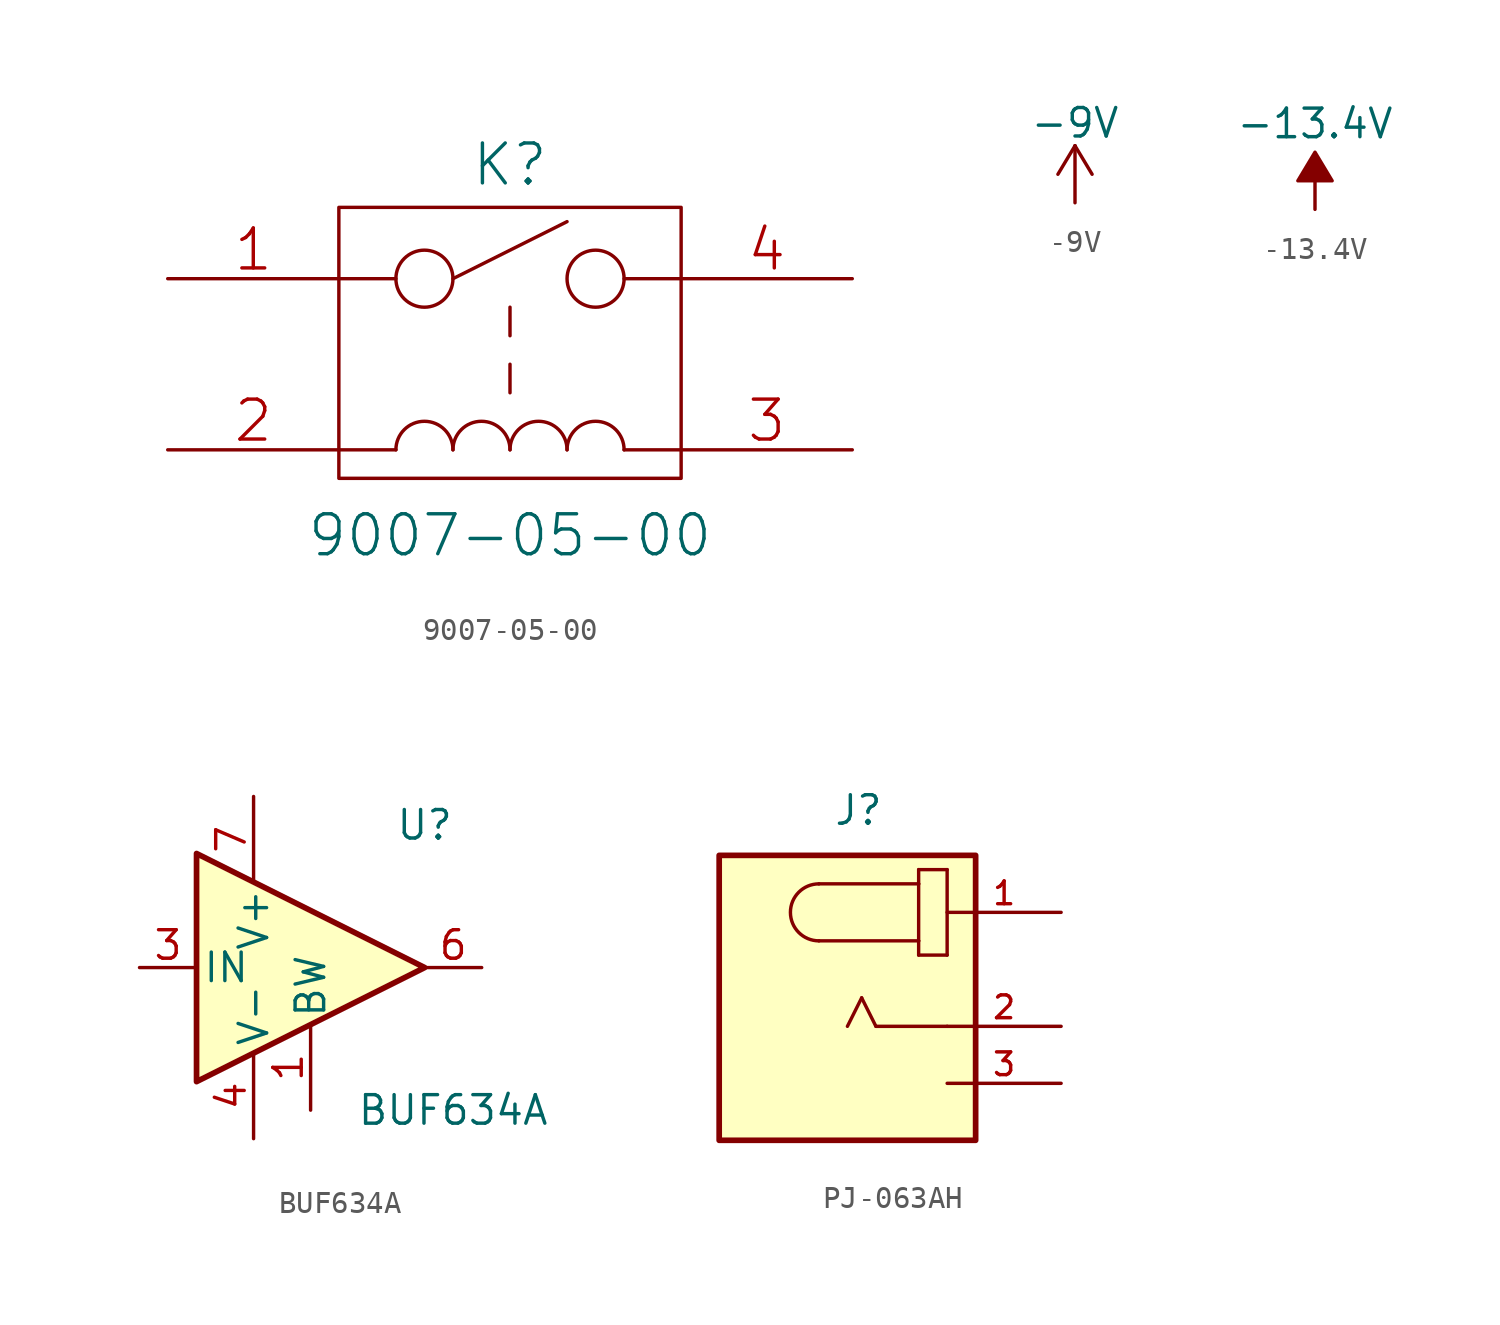
<source format=kicad_sym>
(kicad_symbol_lib
  (version 20211014)
  (generator kicad_symbol_editor)
  (symbol "9007-05-00"
    (pin_names
      (offset 0) hide)
    (property "Reference" "K"
      (at 0 5.08 0)
      (effects (font (size 1.778 1.778))))
    (property "Value" "9007-05-00"
      (at 0 -11.43 0)
      (effects (font (size 1.778 1.778))))
    (property "Footprint" ""
      (at 0 0 0)
      (effects (font (size 1.524 1.524))))
    (property "Datasheet" ""
      (at 0 0 0)
      (effects (font (size 1.524 1.524))))
    (symbol "9007-05-00_0_0"
      (circle (center -3.81 0) (radius 1.27) (stroke (width 0) (type default) (color 0 0 0 0)) (fill (type none)))
      (polyline (pts (xy -2.54 0) (xy 2.54 2.54)) (stroke (width 0) (type default) (color 0 0 0 0)) (fill (type none)))
      (circle (center 3.81 0) (radius 1.27) (stroke (width 0) (type default) (color 0 0 0 0)) (fill (type none))))
    (symbol "9007-05-00_0_1"
      (rectangle (start -7.62 3.175) (end 7.62 -8.89) (stroke (width 0) (type default) (color 0 0 0 0)) (fill (type none)))
      (arc (start -2.54 -7.62) (mid -3.81 -6.35) (end -5.08 -7.62) (stroke (width 0) (type default) (color 0 0 0 0)) (fill (type none)))
      (arc (start 0 -7.62) (mid -1.27 -6.35) (end -2.54 -7.62) (stroke (width 0) (type default) (color 0 0 0 0)) (fill (type none)))
      (polyline (pts (xy -7.62 -7.62) (xy -5.08 -7.62)) (stroke (width 0) (type default) (color 0 0 0 0)) (fill (type none)))
      (polyline (pts (xy -7.62 0) (xy -5.08 0)) (stroke (width 0) (type default) (color 0 0 0 0)) (fill (type none)))
      (polyline (pts (xy 0 -5.08) (xy 0 -3.81)) (stroke (width 0) (type default) (color 0 0 0 0)) (fill (type none)))
      (polyline (pts (xy 0 -2.54) (xy 0 -1.27)) (stroke (width 0) (type default) (color 0 0 0 0)) (fill (type none)))
      (polyline (pts (xy 5.08 -7.62) (xy 7.62 -7.62)) (stroke (width 0) (type default) (color 0 0 0 0)) (fill (type none)))
      (polyline (pts (xy 5.08 0) (xy 7.62 0)) (stroke (width 0) (type default) (color 0 0 0 0)) (fill (type none)))
      (arc (start 2.54 -7.62) (mid 1.27 -6.35) (end 0 -7.62) (stroke (width 0) (type default) (color 0 0 0 0)) (fill (type none)))
      (arc (start 5.08 -7.62) (mid 3.81 -6.35) (end 2.54 -7.62) (stroke (width 0) (type default) (color 0 0 0 0)) (fill (type none))))
    (symbol "9007-05-00_1_1"
      (pin passive line (at -15.24 0 0) (length 7.62) (name "1" (effects (font (size 1.778 1.778)))) (number "1" (effects (font (size 1.778 1.778)))))
      (pin passive line (at -15.24 -7.62 0) (length 7.62) (name "+" (effects (font (size 1.778 1.778)))) (number "2" (effects (font (size 1.778 1.778)))))
      (pin passive line (at 15.24 -7.62 180) (length 7.62) (name "3" (effects (font (size 1.778 1.778)))) (number "3" (effects (font (size 1.778 1.778)))))
      (pin passive line (at 15.24 0 180) (length 7.62) (name "4" (effects (font (size 1.778 1.778)))) (number "4" (effects (font (size 1.778 1.778)))))))
  (symbol "-9V"
    (power)
    (pin_names
      (offset 0))
    (property "Reference" "#PWR"
      (at 0 -3.81 0)
      (effects (font (size 1.27 1.27)) hide))
    (property "Value" "-9V"
      (at 0 3.556 0)
      (effects (font (size 1.27 1.27))))
    (property "Footprint" ""
      (at 0 0 0)
      (effects (font (size 1.27 1.27))))
    (property "Datasheet" ""
      (at 0 0 0)
      (effects (font (size 1.27 1.27))))
    (symbol "-9V_0_1"
      (polyline (pts (xy -0.762 1.27) (xy 0 2.54)) (stroke (width 0) (type default) (color 0 0 0 0)) (fill (type none)))
      (polyline (pts (xy 0 0) (xy 0 2.54)) (stroke (width 0) (type default) (color 0 0 0 0)) (fill (type none)))
      (polyline (pts (xy 0 2.54) (xy 0.762 1.27)) (stroke (width 0) (type default) (color 0 0 0 0)) (fill (type none))))
    (symbol "-9V_1_1"
      (pin power_in line (at 0 0 90) (length 0) hide (name "-9V" (effects (font (size 1.27 1.27)))) (number "1" (effects (font (size 1.27 1.27)))))))
  (symbol "-13.4V"
    (power)
    (pin_names
      (offset 0))
    (property "Reference" "#PWR"
      (at 0 2.54 0)
      (effects (font (size 1.27 1.27)) hide))
    (property "Value" "-13.4V"
      (at 0 3.81 0)
      (effects (font (size 1.27 1.27))))
    (symbol "-13.4V_0_0"
      (pin power_in line (at 0 0 90) (length 0) hide (name "-13.4V" (effects (font (size 1.27 1.27)))) (number "1" (effects (font (size 1.27 1.27))))))
    (symbol "-13.4V_0_1"
      (polyline (pts (xy 0 0) (xy 0 1.27) (xy 0.762 1.27) (xy 0 2.54) (xy -0.762 1.27) (xy 0 1.27)) (stroke (width 0) (type default) (color 0 0 0 0)) (fill (type outline)))))
  (symbol "BUF634A"
    (pin_names
      (offset 0.254))
    (property "Reference" "U"
      (at 5.08 6.35 0)
      (effects (font (size 1.27 1.27))))
    (property "Value" "BUF634A"
      (at 6.35 -6.35 0)
      (effects (font (size 1.27 1.27))))
    (symbol "BUF634A_0_1"
      (polyline (pts (xy 5.08 0) (xy -5.08 5.08) (xy -5.08 -5.08) (xy 5.08 0)) (stroke (width 0.254) (type default) (color 0 0 0 0)) (fill (type background))))
    (symbol "BUF634A_1_1"
      (pin passive line (at 0 -6.35 90) (length 3.81) (name "BW" (effects (font (size 1.27 1.27)))) (number "1" (effects (font (size 1.27 1.27)))))
      (pin input line (at -7.62 0 0) (length 2.54) (name "IN" (effects (font (size 1.27 1.27)))) (number "3" (effects (font (size 1.27 1.27)))))
      (pin power_in line (at -2.54 -7.62 90) (length 3.81) (name "V-" (effects (font (size 1.27 1.27)))) (number "4" (effects (font (size 1.27 1.27)))))
      (pin output line (at 7.62 0 180) (length 2.54) (name "~" (effects (font (size 1.27 1.27)))) (number "6" (effects (font (size 1.27 1.27)))))
      (pin power_in line (at -2.54 7.62 270) (length 3.81) (name "V+" (effects (font (size 1.27 1.27)))) (number "7" (effects (font (size 1.27 1.27)))))))
  (symbol "PJ-063AH"
    (pin_names
      (offset 1.016) hide)
    (property "Reference" "J"
      (at -5.08 6.35 0)
      (effects (font (size 1.27 1.27)) (justify left bottom)))
    (property "ki_locked" ""
      (at 0 0 0)
      (effects (font (size 1.27 1.27))))
    (symbol "PJ-063AH_0_0"
      (arc (start -5.715 3.81) (mid -6.985 2.54) (end -5.715 1.27) (stroke (width 0.1524) (type default) (color 0 0 0 0)) (fill (type none)))
      (polyline (pts (xy -5.715 3.81) (xy -1.27 3.81)) (stroke (width 0.152) (type default) (color 0 0 0 0)) (fill (type none)))
      (polyline (pts (xy -3.81 -1.27) (xy -4.445 -2.54)) (stroke (width 0.152) (type default) (color 0 0 0 0)) (fill (type none)))
      (polyline (pts (xy -3.175 -2.54) (xy -3.81 -1.27)) (stroke (width 0.152) (type default) (color 0 0 0 0)) (fill (type none)))
      (polyline (pts (xy -1.27 0.635) (xy 0 0.635)) (stroke (width 0.152) (type default) (color 0 0 0 0)) (fill (type none)))
      (polyline (pts (xy -1.27 1.27) (xy -5.715 1.27)) (stroke (width 0.152) (type default) (color 0 0 0 0)) (fill (type none)))
      (polyline (pts (xy -1.27 1.27) (xy -1.27 0.635)) (stroke (width 0.152) (type default) (color 0 0 0 0)) (fill (type none)))
      (polyline (pts (xy -1.27 3.81) (xy -1.27 1.27)) (stroke (width 0.152) (type default) (color 0 0 0 0)) (fill (type none)))
      (polyline (pts (xy -1.27 4.445) (xy -1.27 3.81)) (stroke (width 0.152) (type default) (color 0 0 0 0)) (fill (type none)))
      (polyline (pts (xy 0 -2.54) (xy -3.175 -2.54)) (stroke (width 0.152) (type default) (color 0 0 0 0)) (fill (type none)))
      (polyline (pts (xy 0 0.635) (xy 0 4.445)) (stroke (width 0.152) (type default) (color 0 0 0 0)) (fill (type none)))
      (polyline (pts (xy 0 4.445) (xy -1.27 4.445)) (stroke (width 0.152) (type default) (color 0 0 0 0)) (fill (type none)))
      (pin power_out line (at 5.08 2.54 180) (length 5.08) (name "1" (effects (font (size 1.016 1.016)))) (number "1" (effects (font (size 1.016 1.016)))))
      (pin passive line (at 5.08 -2.54 180) (length 5.08) (name "2" (effects (font (size 1.016 1.016)))) (number "2" (effects (font (size 1.016 1.016)))))
      (pin passive line (at 5.08 -5.08 180) (length 5.08) (name "SHIELD" (effects (font (size 1.016 1.016)))) (number "3" (effects (font (size 1.016 1.016))))))
    (symbol "PJ-063AH_1_1"
      (rectangle (start -10.16 5.08) (end 1.27 -7.62) (stroke (width 0.254) (type default) (color 0 0 0 0)) (fill (type background))))))
</source>
